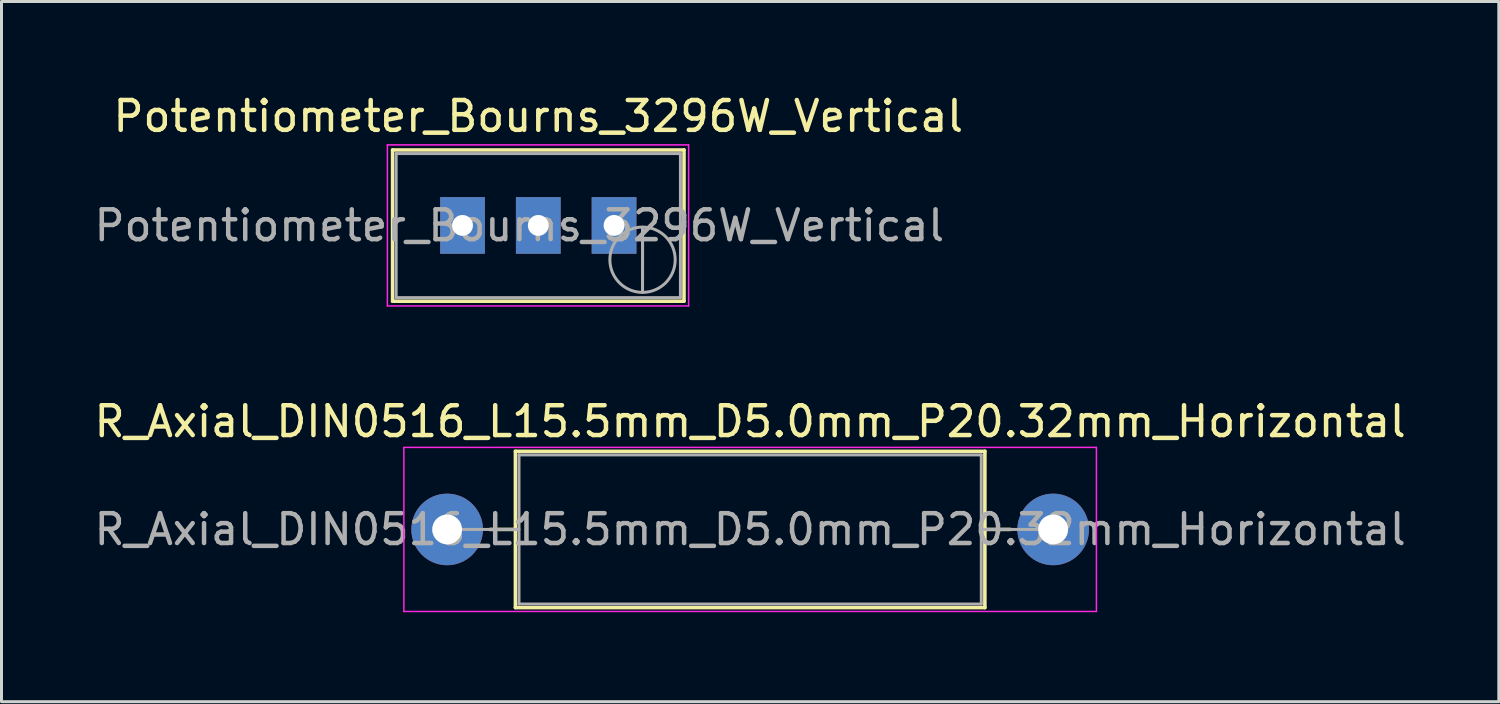
<source format=kicad_pcb>
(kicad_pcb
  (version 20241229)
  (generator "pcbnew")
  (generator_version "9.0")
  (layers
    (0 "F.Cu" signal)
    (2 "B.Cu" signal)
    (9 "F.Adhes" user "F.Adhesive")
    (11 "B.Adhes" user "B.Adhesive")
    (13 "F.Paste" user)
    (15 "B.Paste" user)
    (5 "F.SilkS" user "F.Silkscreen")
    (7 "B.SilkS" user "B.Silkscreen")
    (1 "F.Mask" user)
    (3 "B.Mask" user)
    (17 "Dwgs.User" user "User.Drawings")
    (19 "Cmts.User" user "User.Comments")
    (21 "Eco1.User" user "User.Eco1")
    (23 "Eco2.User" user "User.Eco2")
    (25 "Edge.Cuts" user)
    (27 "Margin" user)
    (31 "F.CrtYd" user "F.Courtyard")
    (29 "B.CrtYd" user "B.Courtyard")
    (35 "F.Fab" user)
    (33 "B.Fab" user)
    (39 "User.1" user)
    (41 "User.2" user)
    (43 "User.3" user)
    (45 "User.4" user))
  (footprint "R_Axial_DIN0516_L15.5mm_D5.0mm_P20.32mm_Horizontal"
    (layer "F.Cu")
    (at 11.941 14.701)
    (property "Reference" "R_Axial_DIN0516_L15.5mm_D5.0mm_P20.32mm_Horizontal" (at 10.16 -3.62 0) (layer "F.SilkS") (effects (font (size 1 1) (thickness 0.15))))
    (attr through_hole)
    (fp_line (start 1.44 0) (end 2.29 0) (stroke (width 0.12) (type solid)) (layer "F.SilkS"))
    (fp_line (start 2.29 -2.62) (end 2.29 2.62) (stroke (width 0.12) (type solid)) (layer "F.SilkS"))
    (fp_line (start 2.29 2.62) (end 18.03 2.62) (stroke (width 0.12) (type solid)) (layer "F.SilkS"))
    (fp_line (start 18.03 -2.62) (end 2.29 -2.62) (stroke (width 0.12) (type solid)) (layer "F.SilkS"))
    (fp_line (start 18.03 2.62) (end 18.03 -2.62) (stroke (width 0.12) (type solid)) (layer "F.SilkS"))
    (fp_line (start 18.88 0) (end 18.03 0) (stroke (width 0.12) (type solid)) (layer "F.SilkS"))
    (fp_line (start -1.45 -2.75) (end -1.45 2.75) (stroke (width 0.05) (type solid)) (layer "F.CrtYd"))
    (fp_line (start -1.45 2.75) (end 21.77 2.75) (stroke (width 0.05) (type solid)) (layer "F.CrtYd"))
    (fp_line (start 21.77 -2.75) (end -1.45 -2.75) (stroke (width 0.05) (type solid)) (layer "F.CrtYd"))
    (fp_line (start 21.77 2.75) (end 21.77 -2.75) (stroke (width 0.05) (type solid)) (layer "F.CrtYd"))
    (fp_line (start 0 0) (end 2.41 0) (stroke (width 0.1) (type solid)) (layer "F.Fab"))
    (fp_line (start 2.41 -2.5) (end 2.41 2.5) (stroke (width 0.1) (type solid)) (layer "F.Fab"))
    (fp_line (start 2.41 2.5) (end 17.91 2.5) (stroke (width 0.1) (type solid)) (layer "F.Fab"))
    (fp_line (start 17.91 -2.5) (end 2.41 -2.5) (stroke (width 0.1) (type solid)) (layer "F.Fab"))
    (fp_line (start 17.91 2.5) (end 17.91 -2.5) (stroke (width 0.1) (type solid)) (layer "F.Fab"))
    (fp_line (start 20.32 0) (end 17.91 0) (stroke (width 0.1) (type solid)) (layer "F.Fab"))
    (fp_text user "${REFERENCE}" (at 10.16 0 0) (layer "F.Fab") (effects (font (size 1 1) (thickness 0.15))))
    (pad "1" thru_hole circle (at 0 0) (size 2.4 2.4) (drill 1) (layers "*.Cu" "*.Mask"))
    (pad "2" thru_hole oval (at 20.32 0) (size 2.4 2.4) (drill 1) (layers "*.Cu" "*.Mask")))
  (footprint "Potentiometer_Bourns_3296W_Vertical"
    (layer "F.Cu")
    (at 17.538 4.508)
    (property "Reference" "Potentiometer_Bourns_3296W_Vertical" (at -2.54 -3.66 0) (layer "F.SilkS") (effects (font (size 1 1) (thickness 0.15))))
    (attr through_hole)
    (fp_line (start -7.425 -2.53) (end -7.425 2.54) (stroke (width 0.12) (type solid)) (layer "F.SilkS"))
    (fp_line (start -7.425 -2.53) (end 2.345 -2.53) (stroke (width 0.12) (type solid)) (layer "F.SilkS"))
    (fp_line (start -7.425 2.54) (end 2.345 2.54) (stroke (width 0.12) (type solid)) (layer "F.SilkS"))
    (fp_line (start 2.345 -2.53) (end 2.345 2.54) (stroke (width 0.12) (type solid)) (layer "F.SilkS"))
    (fp_line (start -7.6 -2.7) (end -7.6 2.7) (stroke (width 0.05) (type solid)) (layer "F.CrtYd"))
    (fp_line (start -7.6 2.7) (end 2.5 2.7) (stroke (width 0.05) (type solid)) (layer "F.CrtYd"))
    (fp_line (start 2.5 -2.7) (end -7.6 -2.7) (stroke (width 0.05) (type solid)) (layer "F.CrtYd"))
    (fp_line (start 2.5 2.7) (end 2.5 -2.7) (stroke (width 0.05) (type solid)) (layer "F.CrtYd"))
    (fp_line (start -7.305 -2.41) (end -7.305 2.42) (stroke (width 0.1) (type solid)) (layer "F.Fab"))
    (fp_line (start -7.305 2.42) (end 2.225 2.42) (stroke (width 0.1) (type solid)) (layer "F.Fab"))
    (fp_line (start 0.955 2.235) (end 0.956 0.066) (stroke (width 0.1) (type solid)) (layer "F.Fab"))
    (fp_line (start 0.955 2.235) (end 0.956 0.066) (stroke (width 0.1) (type solid)) (layer "F.Fab"))
    (fp_line (start 2.225 -2.41) (end -7.305 -2.41) (stroke (width 0.1) (type solid)) (layer "F.Fab"))
    (fp_line (start 2.225 2.42) (end 2.225 -2.41) (stroke (width 0.1) (type solid)) (layer "F.Fab"))
    (fp_circle (center 0.955 1.15) (end 2.05 1.15) (stroke (width 0.1) (type solid)) (fill no) (layer "F.Fab"))
    (fp_text user "${REFERENCE}" (at -3.175 0.005 0) (layer "F.Fab") (effects (font (size 1 1) (thickness 0.15))))
    (pad "1" thru_hole rect (at 0 0) (size 1.5 1.9) (drill 0.7) (layers "*.Cu" "*.Mask"))
    (pad "2" thru_hole rect (at -2.54 0) (size 1.5 1.9) (drill 0.7) (layers "*.Cu" "*.Mask"))
    (pad "3" thru_hole rect (at -5.08 0) (size 1.5 1.9) (drill 0.7) (layers "*.Cu" "*.Mask")))
  (gr_rect
    (start -3 -3)
    (end 47.202 20.477)
    (stroke (width 0.1) (type default))
    (fill no)
    (layer "Edge.Cuts")))
</source>
